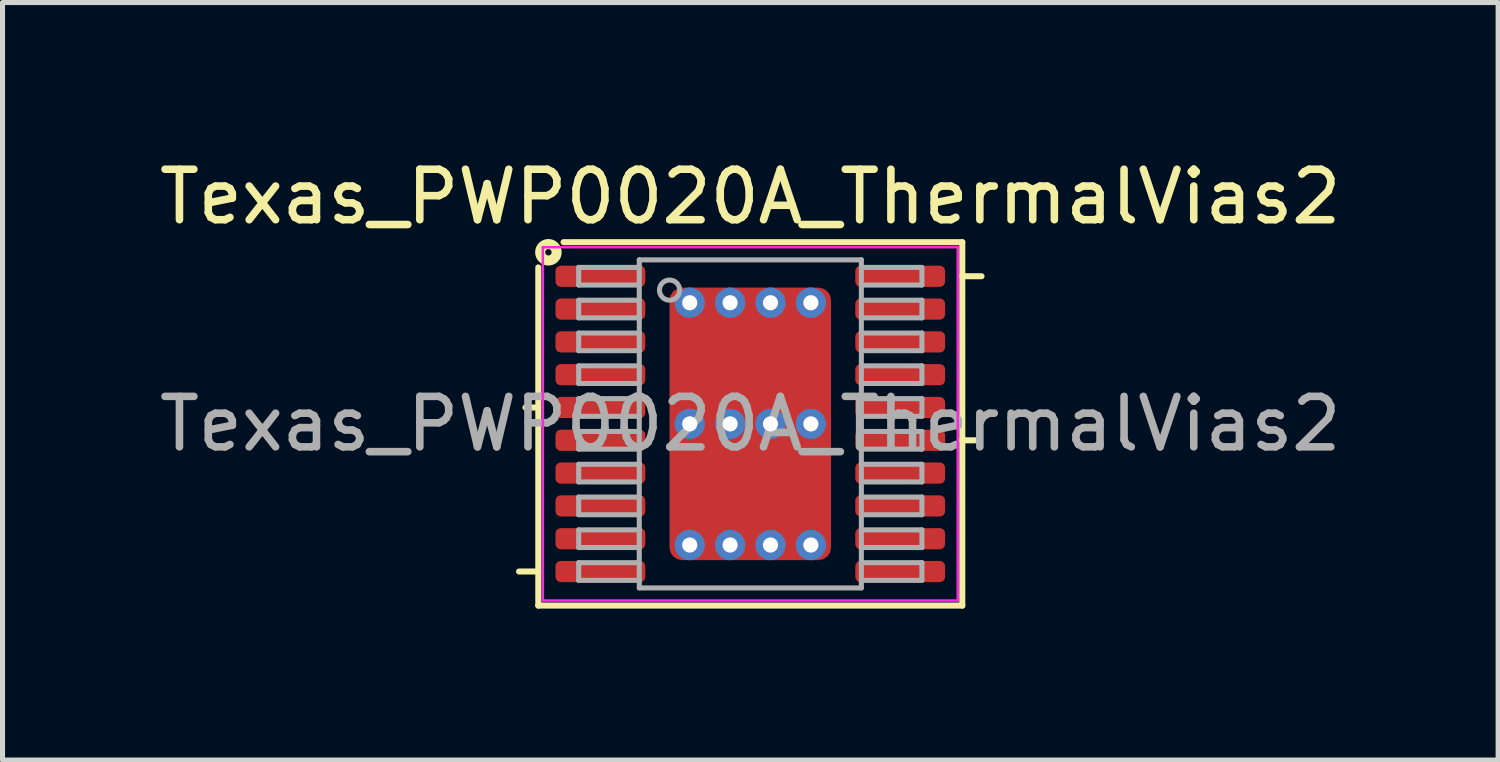
<source format=kicad_pcb>
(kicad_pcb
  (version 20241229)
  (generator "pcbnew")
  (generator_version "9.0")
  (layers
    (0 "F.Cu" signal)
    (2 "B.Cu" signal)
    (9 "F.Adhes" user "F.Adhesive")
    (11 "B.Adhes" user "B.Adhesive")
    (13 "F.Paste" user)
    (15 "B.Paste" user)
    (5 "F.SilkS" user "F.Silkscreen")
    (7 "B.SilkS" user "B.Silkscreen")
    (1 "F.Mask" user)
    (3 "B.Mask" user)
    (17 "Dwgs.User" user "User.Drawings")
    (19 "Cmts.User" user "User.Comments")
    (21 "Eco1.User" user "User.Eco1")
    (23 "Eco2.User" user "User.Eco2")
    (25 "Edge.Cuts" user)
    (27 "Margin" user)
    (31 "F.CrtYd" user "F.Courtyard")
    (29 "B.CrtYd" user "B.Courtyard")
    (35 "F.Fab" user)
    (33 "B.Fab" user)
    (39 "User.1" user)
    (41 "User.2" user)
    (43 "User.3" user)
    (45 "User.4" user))
  (footprint "Texas_PWP0020A_ThermalVias2"
    (layer "F.Cu")
    (at 11.815 5.348)
    (property "Reference" "Texas_PWP0020A_ThermalVias2" (at 0 -4.5 0) (layer "F.SilkS") (effects (font (size 1 1) (thickness 0.15))))
    (attr smd)
    (fp_line (start -4.2 -3.1) (end -4.2 3.6) (stroke (width 0.12) (type solid)) (layer "F.SilkS"))
    (fp_line (start -4.2 -0.325) (end -4.454 -0.325) (stroke (width 0.12) (type solid)) (layer "F.SilkS"))
    (fp_line (start -4.2 2.925) (end -4.581 2.925) (stroke (width 0.12) (type solid)) (layer "F.SilkS"))
    (fp_line (start -4.2 3.6) (end 4.2 3.6) (stroke (width 0.12) (type solid)) (layer "F.SilkS"))
    (fp_line (start 4.2 -3.6) (end -3.7 -3.6) (stroke (width 0.12) (type solid)) (layer "F.SilkS"))
    (fp_line (start 4.2 -2.925) (end 4.581 -2.925) (stroke (width 0.12) (type solid)) (layer "F.SilkS"))
    (fp_line (start 4.2 0.325) (end 4.454 0.325) (stroke (width 0.12) (type solid)) (layer "F.SilkS"))
    (fp_line (start 4.2 3.6) (end 4.2 -3.6) (stroke (width 0.12) (type solid)) (layer "F.SilkS"))
    (fp_circle (center -4 -3.4) (end -3.937 -3.4) (stroke (width 0.2) (type solid)) (fill no) (layer "F.SilkS"))
    (fp_line (start -4.11 -3.5) (end -4.11 3.5) (stroke (width 0.05) (type solid)) (layer "F.CrtYd"))
    (fp_line (start -4.11 3.5) (end 4.11 3.5) (stroke (width 0.05) (type solid)) (layer "F.CrtYd"))
    (fp_line (start 4.11 -3.5) (end -4.11 -3.5) (stroke (width 0.05) (type solid)) (layer "F.CrtYd"))
    (fp_line (start 4.11 3.5) (end 4.11 -3.5) (stroke (width 0.05) (type solid)) (layer "F.CrtYd"))
    (fp_line (start -3.4 -3.1) (end -3.4 -2.75) (stroke (width 0.1) (type solid)) (layer "F.Fab"))
    (fp_line (start -3.4 -2.75) (end -2.2 -2.75) (stroke (width 0.1) (type solid)) (layer "F.Fab"))
    (fp_line (start -3.4 -2.45) (end -3.4 -2.1) (stroke (width 0.1) (type solid)) (layer "F.Fab"))
    (fp_line (start -3.4 -2.1) (end -2.2 -2.1) (stroke (width 0.1) (type solid)) (layer "F.Fab"))
    (fp_line (start -3.4 -1.8) (end -3.4 -1.45) (stroke (width 0.1) (type solid)) (layer "F.Fab"))
    (fp_line (start -3.4 -1.45) (end -2.2 -1.45) (stroke (width 0.1) (type solid)) (layer "F.Fab"))
    (fp_line (start -3.4 -1.15) (end -3.4 -0.8) (stroke (width 0.1) (type solid)) (layer "F.Fab"))
    (fp_line (start -3.4 -0.8) (end -2.2 -0.8) (stroke (width 0.1) (type solid)) (layer "F.Fab"))
    (fp_line (start -3.4 -0.5) (end -3.4 -0.15) (stroke (width 0.1) (type solid)) (layer "F.Fab"))
    (fp_line (start -3.4 -0.15) (end -2.2 -0.15) (stroke (width 0.1) (type solid)) (layer "F.Fab"))
    (fp_line (start -3.4 0.15) (end -3.4 0.5) (stroke (width 0.1) (type solid)) (layer "F.Fab"))
    (fp_line (start -3.4 0.5) (end -2.2 0.5) (stroke (width 0.1) (type solid)) (layer "F.Fab"))
    (fp_line (start -3.4 0.8) (end -3.4 1.15) (stroke (width 0.1) (type solid)) (layer "F.Fab"))
    (fp_line (start -3.4 1.15) (end -2.2 1.15) (stroke (width 0.1) (type solid)) (layer "F.Fab"))
    (fp_line (start -3.4 1.45) (end -3.4 1.8) (stroke (width 0.1) (type solid)) (layer "F.Fab"))
    (fp_line (start -3.4 1.8) (end -2.2 1.8) (stroke (width 0.1) (type solid)) (layer "F.Fab"))
    (fp_line (start -3.4 2.1) (end -3.4 2.45) (stroke (width 0.1) (type solid)) (layer "F.Fab"))
    (fp_line (start -3.4 2.45) (end -2.2 2.45) (stroke (width 0.1) (type solid)) (layer "F.Fab"))
    (fp_line (start -3.4 2.75) (end -3.4 3.1) (stroke (width 0.1) (type solid)) (layer "F.Fab"))
    (fp_line (start -3.4 3.1) (end -2.2 3.1) (stroke (width 0.1) (type solid)) (layer "F.Fab"))
    (fp_line (start -2.2 -3.25) (end -2.2 3.25) (stroke (width 0.1) (type solid)) (layer "F.Fab"))
    (fp_line (start -2.2 -3.1) (end -3.4 -3.1) (stroke (width 0.1) (type solid)) (layer "F.Fab"))
    (fp_line (start -2.2 -2.45) (end -3.4 -2.45) (stroke (width 0.1) (type solid)) (layer "F.Fab"))
    (fp_line (start -2.2 -1.8) (end -3.4 -1.8) (stroke (width 0.1) (type solid)) (layer "F.Fab"))
    (fp_line (start -2.2 -1.15) (end -3.4 -1.15) (stroke (width 0.1) (type solid)) (layer "F.Fab"))
    (fp_line (start -2.2 -0.5) (end -3.4 -0.5) (stroke (width 0.1) (type solid)) (layer "F.Fab"))
    (fp_line (start -2.2 0.15) (end -3.4 0.15) (stroke (width 0.1) (type solid)) (layer "F.Fab"))
    (fp_line (start -2.2 0.8) (end -3.4 0.8) (stroke (width 0.1) (type solid)) (layer "F.Fab"))
    (fp_line (start -2.2 1.45) (end -3.4 1.45) (stroke (width 0.1) (type solid)) (layer "F.Fab"))
    (fp_line (start -2.2 2.1) (end -3.4 2.1) (stroke (width 0.1) (type solid)) (layer "F.Fab"))
    (fp_line (start -2.2 2.75) (end -3.4 2.75) (stroke (width 0.1) (type solid)) (layer "F.Fab"))
    (fp_line (start -2.2 3.25) (end 2.2 3.25) (stroke (width 0.1) (type solid)) (layer "F.Fab"))
    (fp_line (start 2.2 -3.25) (end -2.2 -3.25) (stroke (width 0.1) (type solid)) (layer "F.Fab"))
    (fp_line (start 2.2 -2.75) (end 3.4 -2.75) (stroke (width 0.1) (type solid)) (layer "F.Fab"))
    (fp_line (start 2.2 -2.1) (end 3.4 -2.1) (stroke (width 0.1) (type solid)) (layer "F.Fab"))
    (fp_line (start 2.2 -1.45) (end 3.4 -1.45) (stroke (width 0.1) (type solid)) (layer "F.Fab"))
    (fp_line (start 2.2 -0.8) (end 3.4 -0.8) (stroke (width 0.1) (type solid)) (layer "F.Fab"))
    (fp_line (start 2.2 -0.15) (end 3.4 -0.15) (stroke (width 0.1) (type solid)) (layer "F.Fab"))
    (fp_line (start 2.2 0.5) (end 3.4 0.5) (stroke (width 0.1) (type solid)) (layer "F.Fab"))
    (fp_line (start 2.2 1.15) (end 3.4 1.15) (stroke (width 0.1) (type solid)) (layer "F.Fab"))
    (fp_line (start 2.2 1.8) (end 3.4 1.8) (stroke (width 0.1) (type solid)) (layer "F.Fab"))
    (fp_line (start 2.2 2.45) (end 3.4 2.45) (stroke (width 0.1) (type solid)) (layer "F.Fab"))
    (fp_line (start 2.2 3.1) (end 3.4 3.1) (stroke (width 0.1) (type solid)) (layer "F.Fab"))
    (fp_line (start 2.2 3.25) (end 2.2 -3.25) (stroke (width 0.1) (type solid)) (layer "F.Fab"))
    (fp_line (start 3.4 -3.1) (end 2.2 -3.1) (stroke (width 0.1) (type solid)) (layer "F.Fab"))
    (fp_line (start 3.4 -2.75) (end 3.4 -3.1) (stroke (width 0.1) (type solid)) (layer "F.Fab"))
    (fp_line (start 3.4 -2.45) (end 2.2 -2.45) (stroke (width 0.1) (type solid)) (layer "F.Fab"))
    (fp_line (start 3.4 -2.1) (end 3.4 -2.45) (stroke (width 0.1) (type solid)) (layer "F.Fab"))
    (fp_line (start 3.4 -1.8) (end 2.2 -1.8) (stroke (width 0.1) (type solid)) (layer "F.Fab"))
    (fp_line (start 3.4 -1.45) (end 3.4 -1.8) (stroke (width 0.1) (type solid)) (layer "F.Fab"))
    (fp_line (start 3.4 -1.15) (end 2.2 -1.15) (stroke (width 0.1) (type solid)) (layer "F.Fab"))
    (fp_line (start 3.4 -0.8) (end 3.4 -1.15) (stroke (width 0.1) (type solid)) (layer "F.Fab"))
    (fp_line (start 3.4 -0.5) (end 2.2 -0.5) (stroke (width 0.1) (type solid)) (layer "F.Fab"))
    (fp_line (start 3.4 -0.15) (end 3.4 -0.5) (stroke (width 0.1) (type solid)) (layer "F.Fab"))
    (fp_line (start 3.4 0.15) (end 2.2 0.15) (stroke (width 0.1) (type solid)) (layer "F.Fab"))
    (fp_line (start 3.4 0.5) (end 3.4 0.15) (stroke (width 0.1) (type solid)) (layer "F.Fab"))
    (fp_line (start 3.4 0.8) (end 2.2 0.8) (stroke (width 0.1) (type solid)) (layer "F.Fab"))
    (fp_line (start 3.4 1.15) (end 3.4 0.8) (stroke (width 0.1) (type solid)) (layer "F.Fab"))
    (fp_line (start 3.4 1.45) (end 2.2 1.45) (stroke (width 0.1) (type solid)) (layer "F.Fab"))
    (fp_line (start 3.4 1.8) (end 3.4 1.45) (stroke (width 0.1) (type solid)) (layer "F.Fab"))
    (fp_line (start 3.4 2.1) (end 2.2 2.1) (stroke (width 0.1) (type solid)) (layer "F.Fab"))
    (fp_line (start 3.4 2.45) (end 3.4 2.1) (stroke (width 0.1) (type solid)) (layer "F.Fab"))
    (fp_line (start 3.4 2.75) (end 2.2 2.75) (stroke (width 0.1) (type solid)) (layer "F.Fab"))
    (fp_line (start 3.4 3.1) (end 3.4 2.75) (stroke (width 0.1) (type solid)) (layer "F.Fab"))
    (fp_circle (center -1.6 -2.65) (end -1.4 -2.65) (stroke (width 0.1) (type solid)) (fill no) (layer "F.Fab"))
    (fp_text user "${REFERENCE}" (at 0 0 0) (layer "F.Fab") (effects (font (size 1 1) (thickness 0.15))))
    (pad "" smd roundrect (at -0.725 -1.2) (size 1.15 1.4) (layers "F.Paste") (roundrect_rratio 0.196))
    (pad "" smd roundrect (at -0.725 1.2) (size 1.15 1.4) (layers "F.Paste") (roundrect_rratio 0.196))
    (pad "" smd roundrect (at 0 -1.2) (size 3 1.8) (layers "F.Mask") (roundrect_rratio 0.139))
    (pad "" smd roundrect (at 0 1.2) (size 3 1.8) (layers "F.Mask") (roundrect_rratio 0.139))
    (pad "" smd roundrect (at 0.725 -1.2) (size 1.15 1.4) (layers "F.Paste") (roundrect_rratio 0.196))
    (pad "" smd roundrect (at 0.725 1.2) (size 1.15 1.4) (layers "F.Paste") (roundrect_rratio 0.196))
    (pad "1" smd roundrect (at -2.97 -2.925) (size 1.78 0.42) (layers "F.Cu" "F.Mask" "F.Paste") (roundrect_rratio 0.25))
    (pad "2" smd roundrect (at -2.97 -2.275) (size 1.78 0.42) (layers "F.Cu" "F.Mask" "F.Paste") (roundrect_rratio 0.25))
    (pad "3" smd roundrect (at -2.97 -1.625) (size 1.78 0.42) (layers "F.Cu" "F.Mask" "F.Paste") (roundrect_rratio 0.25))
    (pad "4" smd roundrect (at -2.97 -0.975) (size 1.78 0.42) (layers "F.Cu" "F.Mask" "F.Paste") (roundrect_rratio 0.25))
    (pad "5" smd roundrect (at -2.97 -0.325) (size 1.78 0.42) (layers "F.Cu" "F.Mask" "F.Paste") (roundrect_rratio 0.25))
    (pad "6" smd roundrect (at -2.97 0.325) (size 1.78 0.42) (layers "F.Cu" "F.Mask" "F.Paste") (roundrect_rratio 0.25))
    (pad "7" smd roundrect (at -2.97 0.975) (size 1.78 0.42) (layers "F.Cu" "F.Mask" "F.Paste") (roundrect_rratio 0.25))
    (pad "8" smd roundrect (at -2.97 1.625) (size 1.78 0.42) (layers "F.Cu" "F.Mask" "F.Paste") (roundrect_rratio 0.25))
    (pad "9" smd roundrect (at -2.97 2.275) (size 1.78 0.42) (layers "F.Cu" "F.Mask" "F.Paste") (roundrect_rratio 0.25))
    (pad "10" smd roundrect (at -2.97 2.925) (size 1.78 0.42) (layers "F.Cu" "F.Mask" "F.Paste") (roundrect_rratio 0.25))
    (pad "11" smd roundrect (at 2.97 2.925) (size 1.78 0.42) (layers "F.Cu" "F.Mask" "F.Paste") (roundrect_rratio 0.25))
    (pad "12" smd roundrect (at 2.97 2.275) (size 1.78 0.42) (layers "F.Cu" "F.Mask" "F.Paste") (roundrect_rratio 0.25))
    (pad "13" smd roundrect (at 2.97 1.625) (size 1.78 0.42) (layers "F.Cu" "F.Mask" "F.Paste") (roundrect_rratio 0.25))
    (pad "14" smd roundrect (at 2.97 0.975) (size 1.78 0.42) (layers "F.Cu" "F.Mask" "F.Paste") (roundrect_rratio 0.25))
    (pad "15" smd roundrect (at 2.97 0.325) (size 1.78 0.42) (layers "F.Cu" "F.Mask" "F.Paste") (roundrect_rratio 0.25))
    (pad "16" smd roundrect (at 2.97 -0.325) (size 1.78 0.42) (layers "F.Cu" "F.Mask" "F.Paste") (roundrect_rratio 0.25))
    (pad "17" smd roundrect (at 2.97 -0.975) (size 1.78 0.42) (layers "F.Cu" "F.Mask" "F.Paste") (roundrect_rratio 0.25))
    (pad "18" smd roundrect (at 2.97 -1.625) (size 1.78 0.42) (layers "F.Cu" "F.Mask" "F.Paste") (roundrect_rratio 0.25))
    (pad "19" smd roundrect (at 2.97 -2.275) (size 1.78 0.42) (layers "F.Cu" "F.Mask" "F.Paste") (roundrect_rratio 0.25))
    (pad "20" smd roundrect (at 2.97 -2.925) (size 1.78 0.42) (layers "F.Cu" "F.Mask" "F.Paste") (roundrect_rratio 0.25))
    (pad "21" thru_hole circle (at -1.2 -2.4) (size 0.6 0.6) (drill 0.3) (property pad_prop_heatsink) (layers "*.Cu" "*.Mask"))
    (pad "21" thru_hole circle (at -1.2 0) (size 0.6 0.6) (drill 0.3) (property pad_prop_heatsink) (layers "*.Cu" "*.Mask"))
    (pad "21" thru_hole circle (at -1.2 2.4) (size 0.6 0.6) (drill 0.3) (property pad_prop_heatsink) (layers "*.Cu" "*.Mask"))
    (pad "21" thru_hole circle (at -0.4 -2.4) (size 0.6 0.6) (drill 0.3) (property pad_prop_heatsink) (layers "*.Cu" "*.Mask"))
    (pad "21" thru_hole circle (at -0.4 0) (size 0.6 0.6) (drill 0.3) (property pad_prop_heatsink) (layers "*.Cu" "*.Mask"))
    (pad "21" thru_hole circle (at -0.4 2.4) (size 0.6 0.6) (drill 0.3) (property pad_prop_heatsink) (layers "*.Cu" "*.Mask"))
    (pad "21" smd roundrect (at 0 0) (size 3.2 5.4) (layers "F.Cu") (roundrect_rratio 0.078))
    (pad "21" thru_hole circle (at 0.4 -2.4) (size 0.6 0.6) (drill 0.3) (property pad_prop_heatsink) (layers "*.Cu" "*.Mask"))
    (pad "21" thru_hole circle (at 0.4 0) (size 0.6 0.6) (drill 0.3) (property pad_prop_heatsink) (layers "*.Cu" "*.Mask"))
    (pad "21" thru_hole circle (at 0.4 2.4) (size 0.6 0.6) (drill 0.3) (property pad_prop_heatsink) (layers "*.Cu" "*.Mask"))
    (pad "21" thru_hole circle (at 1.2 -2.4) (size 0.6 0.6) (drill 0.3) (property pad_prop_heatsink) (layers "*.Cu" "*.Mask"))
    (pad "21" thru_hole circle (at 1.2 0) (size 0.6 0.6) (drill 0.3) (property pad_prop_heatsink) (layers "*.Cu" "*.Mask"))
    (pad "21" thru_hole circle (at 1.2 2.4) (size 0.6 0.6) (drill 0.3) (property pad_prop_heatsink) (layers "*.Cu" "*.Mask")))
  (gr_rect
    (start -3 -3)
    (end 26.631 12.008)
    (stroke (width 0.1) (type default))
    (fill no)
    (layer "Edge.Cuts")))
</source>
